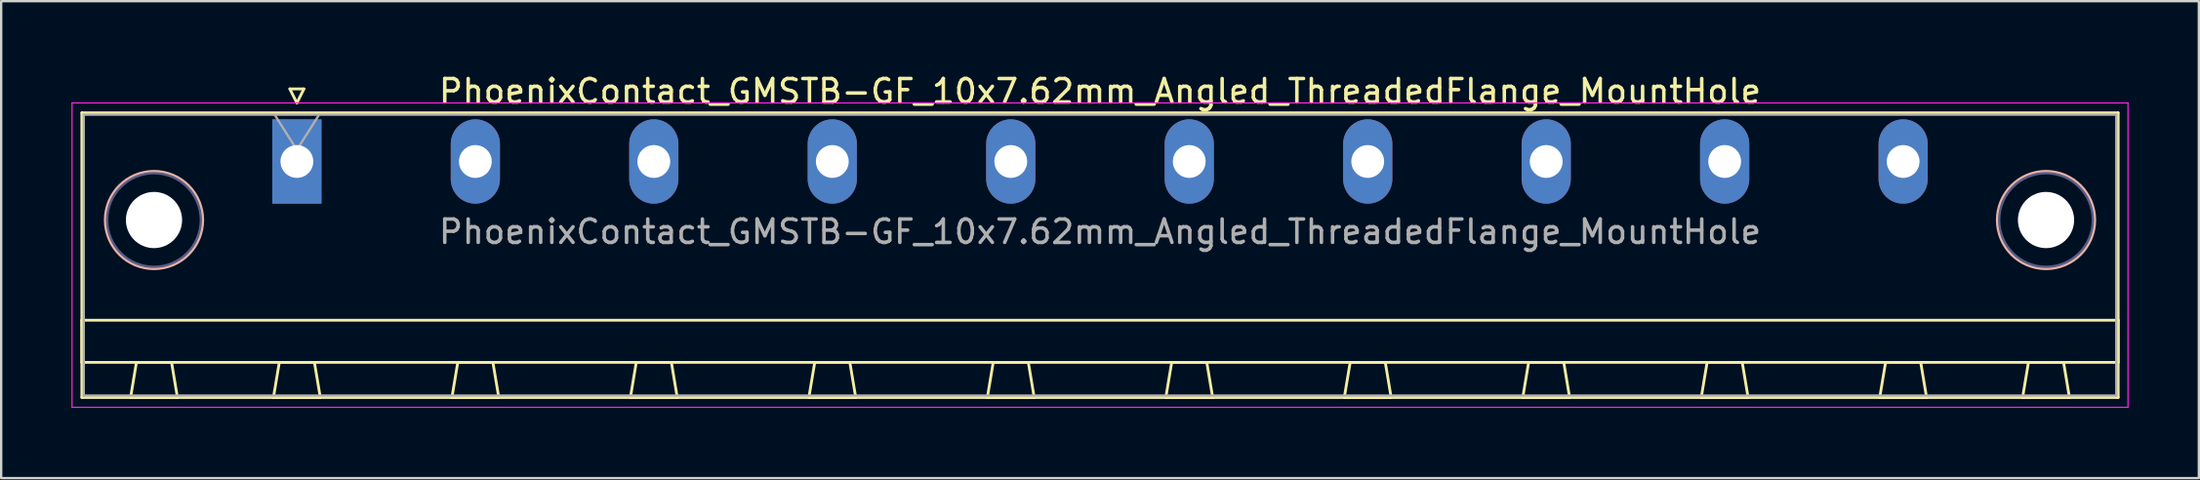
<source format=kicad_pcb>
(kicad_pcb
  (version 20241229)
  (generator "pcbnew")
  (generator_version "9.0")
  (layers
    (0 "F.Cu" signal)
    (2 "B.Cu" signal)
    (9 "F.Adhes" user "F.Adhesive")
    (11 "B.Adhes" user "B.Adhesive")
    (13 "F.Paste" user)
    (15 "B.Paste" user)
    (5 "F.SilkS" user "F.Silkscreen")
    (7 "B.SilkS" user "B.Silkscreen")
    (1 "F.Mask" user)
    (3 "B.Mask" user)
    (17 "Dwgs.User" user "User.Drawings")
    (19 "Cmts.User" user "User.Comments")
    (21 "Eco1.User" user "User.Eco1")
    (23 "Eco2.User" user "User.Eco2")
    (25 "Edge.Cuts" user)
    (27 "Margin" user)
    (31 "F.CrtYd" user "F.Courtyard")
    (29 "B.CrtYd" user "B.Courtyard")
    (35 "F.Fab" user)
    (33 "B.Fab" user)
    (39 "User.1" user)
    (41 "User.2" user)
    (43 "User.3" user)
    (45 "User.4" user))
  (footprint "PhoenixContact_GMSTB-GF_10x7.62mm_Angled_ThreadedFlange_MountHole"
    (layer "F.Cu")
    (at 9.625 3.848)
    (property "Reference" "PhoenixContact_GMSTB-GF_10x7.62mm_Angled_ThreadedFlange_MountHole" (at 34.29 -3 0) (layer "F.SilkS") (effects (font (size 1 1) (thickness 0.15))))
    (attr through_hole)
    (fp_line (start -9.18 -2.08) (end -9.18 10.08) (stroke (width 0.12) (type solid)) (layer "F.SilkS"))
    (fp_line (start -9.18 6.78) (end 77.76 6.78) (stroke (width 0.12) (type solid)) (layer "F.SilkS"))
    (fp_line (start -9.18 8.58) (end -9.18 6.78) (stroke (width 0.12) (type solid)) (layer "F.SilkS"))
    (fp_line (start -9.18 10.08) (end 77.76 10.08) (stroke (width 0.12) (type solid)) (layer "F.SilkS"))
    (fp_line (start -7.1 10.08) (end -5.1 10.08) (stroke (width 0.12) (type solid)) (layer "F.SilkS"))
    (fp_line (start -6.85 8.58) (end -7.1 10.08) (stroke (width 0.12) (type solid)) (layer "F.SilkS"))
    (fp_line (start -5.35 8.58) (end -6.85 8.58) (stroke (width 0.12) (type solid)) (layer "F.SilkS"))
    (fp_line (start -5.1 10.08) (end -5.35 8.58) (stroke (width 0.12) (type solid)) (layer "F.SilkS"))
    (fp_line (start -1 10.08) (end 1 10.08) (stroke (width 0.12) (type solid)) (layer "F.SilkS"))
    (fp_line (start -0.75 8.58) (end -1 10.08) (stroke (width 0.12) (type solid)) (layer "F.SilkS"))
    (fp_line (start -0.3 -3.1) (end 0.3 -3.1) (stroke (width 0.12) (type solid)) (layer "F.SilkS"))
    (fp_line (start 0 -2.5) (end -0.3 -3.1) (stroke (width 0.12) (type solid)) (layer "F.SilkS"))
    (fp_line (start 0.3 -3.1) (end 0 -2.5) (stroke (width 0.12) (type solid)) (layer "F.SilkS"))
    (fp_line (start 0.75 8.58) (end -0.75 8.58) (stroke (width 0.12) (type solid)) (layer "F.SilkS"))
    (fp_line (start 1 10.08) (end 0.75 8.58) (stroke (width 0.12) (type solid)) (layer "F.SilkS"))
    (fp_line (start 6.62 10.08) (end 8.62 10.08) (stroke (width 0.12) (type solid)) (layer "F.SilkS"))
    (fp_line (start 6.87 8.58) (end 6.62 10.08) (stroke (width 0.12) (type solid)) (layer "F.SilkS"))
    (fp_line (start 8.37 8.58) (end 6.87 8.58) (stroke (width 0.12) (type solid)) (layer "F.SilkS"))
    (fp_line (start 8.62 10.08) (end 8.37 8.58) (stroke (width 0.12) (type solid)) (layer "F.SilkS"))
    (fp_line (start 14.24 10.08) (end 16.24 10.08) (stroke (width 0.12) (type solid)) (layer "F.SilkS"))
    (fp_line (start 14.49 8.58) (end 14.24 10.08) (stroke (width 0.12) (type solid)) (layer "F.SilkS"))
    (fp_line (start 15.99 8.58) (end 14.49 8.58) (stroke (width 0.12) (type solid)) (layer "F.SilkS"))
    (fp_line (start 16.24 10.08) (end 15.99 8.58) (stroke (width 0.12) (type solid)) (layer "F.SilkS"))
    (fp_line (start 21.86 10.08) (end 23.86 10.08) (stroke (width 0.12) (type solid)) (layer "F.SilkS"))
    (fp_line (start 22.11 8.58) (end 21.86 10.08) (stroke (width 0.12) (type solid)) (layer "F.SilkS"))
    (fp_line (start 23.61 8.58) (end 22.11 8.58) (stroke (width 0.12) (type solid)) (layer "F.SilkS"))
    (fp_line (start 23.86 10.08) (end 23.61 8.58) (stroke (width 0.12) (type solid)) (layer "F.SilkS"))
    (fp_line (start 29.48 10.08) (end 31.48 10.08) (stroke (width 0.12) (type solid)) (layer "F.SilkS"))
    (fp_line (start 29.73 8.58) (end 29.48 10.08) (stroke (width 0.12) (type solid)) (layer "F.SilkS"))
    (fp_line (start 31.23 8.58) (end 29.73 8.58) (stroke (width 0.12) (type solid)) (layer "F.SilkS"))
    (fp_line (start 31.48 10.08) (end 31.23 8.58) (stroke (width 0.12) (type solid)) (layer "F.SilkS"))
    (fp_line (start 37.1 10.08) (end 39.1 10.08) (stroke (width 0.12) (type solid)) (layer "F.SilkS"))
    (fp_line (start 37.35 8.58) (end 37.1 10.08) (stroke (width 0.12) (type solid)) (layer "F.SilkS"))
    (fp_line (start 38.85 8.58) (end 37.35 8.58) (stroke (width 0.12) (type solid)) (layer "F.SilkS"))
    (fp_line (start 39.1 10.08) (end 38.85 8.58) (stroke (width 0.12) (type solid)) (layer "F.SilkS"))
    (fp_line (start 44.72 10.08) (end 46.72 10.08) (stroke (width 0.12) (type solid)) (layer "F.SilkS"))
    (fp_line (start 44.97 8.58) (end 44.72 10.08) (stroke (width 0.12) (type solid)) (layer "F.SilkS"))
    (fp_line (start 46.47 8.58) (end 44.97 8.58) (stroke (width 0.12) (type solid)) (layer "F.SilkS"))
    (fp_line (start 46.72 10.08) (end 46.47 8.58) (stroke (width 0.12) (type solid)) (layer "F.SilkS"))
    (fp_line (start 52.34 10.08) (end 54.34 10.08) (stroke (width 0.12) (type solid)) (layer "F.SilkS"))
    (fp_line (start 52.59 8.58) (end 52.34 10.08) (stroke (width 0.12) (type solid)) (layer "F.SilkS"))
    (fp_line (start 54.09 8.58) (end 52.59 8.58) (stroke (width 0.12) (type solid)) (layer "F.SilkS"))
    (fp_line (start 54.34 10.08) (end 54.09 8.58) (stroke (width 0.12) (type solid)) (layer "F.SilkS"))
    (fp_line (start 59.96 10.08) (end 61.96 10.08) (stroke (width 0.12) (type solid)) (layer "F.SilkS"))
    (fp_line (start 60.21 8.58) (end 59.96 10.08) (stroke (width 0.12) (type solid)) (layer "F.SilkS"))
    (fp_line (start 61.71 8.58) (end 60.21 8.58) (stroke (width 0.12) (type solid)) (layer "F.SilkS"))
    (fp_line (start 61.96 10.08) (end 61.71 8.58) (stroke (width 0.12) (type solid)) (layer "F.SilkS"))
    (fp_line (start 67.58 10.08) (end 69.58 10.08) (stroke (width 0.12) (type solid)) (layer "F.SilkS"))
    (fp_line (start 67.83 8.58) (end 67.58 10.08) (stroke (width 0.12) (type solid)) (layer "F.SilkS"))
    (fp_line (start 69.33 8.58) (end 67.83 8.58) (stroke (width 0.12) (type solid)) (layer "F.SilkS"))
    (fp_line (start 69.58 10.08) (end 69.33 8.58) (stroke (width 0.12) (type solid)) (layer "F.SilkS"))
    (fp_line (start 73.68 10.08) (end 75.68 10.08) (stroke (width 0.12) (type solid)) (layer "F.SilkS"))
    (fp_line (start 73.93 8.58) (end 73.68 10.08) (stroke (width 0.12) (type solid)) (layer "F.SilkS"))
    (fp_line (start 75.43 8.58) (end 73.93 8.58) (stroke (width 0.12) (type solid)) (layer "F.SilkS"))
    (fp_line (start 75.68 10.08) (end 75.43 8.58) (stroke (width 0.12) (type solid)) (layer "F.SilkS"))
    (fp_line (start 77.76 -2.08) (end -9.18 -2.08) (stroke (width 0.12) (type solid)) (layer "F.SilkS"))
    (fp_line (start 77.76 6.78) (end 77.76 8.58) (stroke (width 0.12) (type solid)) (layer "F.SilkS"))
    (fp_line (start 77.76 8.58) (end -9.18 8.58) (stroke (width 0.12) (type solid)) (layer "F.SilkS"))
    (fp_line (start 77.76 10.08) (end 77.76 -2.08) (stroke (width 0.12) (type solid)) (layer "F.SilkS"))
    (fp_circle (center -6.1 2.5) (end -4.02 2.5) (stroke (width 0.12) (type solid)) (fill no) (layer "B.SilkS"))
    (fp_circle (center 74.68 2.5) (end 76.76 2.5) (stroke (width 0.12) (type solid)) (fill no) (layer "B.SilkS"))
    (fp_line (start -9.6 -2.5) (end -9.6 10.5) (stroke (width 0.05) (type solid)) (layer "F.CrtYd"))
    (fp_line (start -9.6 10.5) (end 78.18 10.5) (stroke (width 0.05) (type solid)) (layer "F.CrtYd"))
    (fp_line (start 78.18 -2.5) (end -9.6 -2.5) (stroke (width 0.05) (type solid)) (layer "F.CrtYd"))
    (fp_line (start 78.18 10.5) (end 78.18 -2.5) (stroke (width 0.05) (type solid)) (layer "F.CrtYd"))
    (fp_circle (center -6.1 2.5) (end -4.1 2.5) (stroke (width 0.1) (type solid)) (fill no) (layer "B.Fab"))
    (fp_circle (center 74.68 2.5) (end 76.68 2.5) (stroke (width 0.1) (type solid)) (fill no) (layer "B.Fab"))
    (fp_line (start -9.1 -2) (end -9.1 10) (stroke (width 0.1) (type solid)) (layer "F.Fab"))
    (fp_line (start -9.1 10) (end 77.68 10) (stroke (width 0.1) (type solid)) (layer "F.Fab"))
    (fp_line (start 0 -0.5) (end -0.95 -2) (stroke (width 0.1) (type solid)) (layer "F.Fab"))
    (fp_line (start 0.95 -2) (end 0 -0.5) (stroke (width 0.1) (type solid)) (layer "F.Fab"))
    (fp_line (start 77.68 -2) (end -9.1 -2) (stroke (width 0.1) (type solid)) (layer "F.Fab"))
    (fp_line (start 77.68 10) (end 77.68 -2) (stroke (width 0.1) (type solid)) (layer "F.Fab"))
    (fp_text user "${REFERENCE}" (at 34.29 3 0) (layer "F.Fab") (effects (font (size 1 1) (thickness 0.15))))
    (pad "" np_thru_hole circle (at -6.1 2.5) (size 2.4 2.4) (drill 2.4) (layers "*.Cu" "*.Mask"))
    (pad "" np_thru_hole circle (at 74.68 2.5) (size 2.4 2.4) (drill 2.4) (layers "*.Cu" "*.Mask"))
    (pad "1" thru_hole rect (at 0 0) (size 2.1 3.6) (drill 1.4) (layers "*.Cu" "*.Mask"))
    (pad "2" thru_hole oval (at 7.62 0) (size 2.1 3.6) (drill 1.4) (layers "*.Cu" "*.Mask"))
    (pad "3" thru_hole oval (at 15.24 0) (size 2.1 3.6) (drill 1.4) (layers "*.Cu" "*.Mask"))
    (pad "4" thru_hole oval (at 22.86 0) (size 2.1 3.6) (drill 1.4) (layers "*.Cu" "*.Mask"))
    (pad "5" thru_hole oval (at 30.48 0) (size 2.1 3.6) (drill 1.4) (layers "*.Cu" "*.Mask"))
    (pad "6" thru_hole oval (at 38.1 0) (size 2.1 3.6) (drill 1.4) (layers "*.Cu" "*.Mask"))
    (pad "7" thru_hole oval (at 45.72 0) (size 2.1 3.6) (drill 1.4) (layers "*.Cu" "*.Mask"))
    (pad "8" thru_hole oval (at 53.34 0) (size 2.1 3.6) (drill 1.4) (layers "*.Cu" "*.Mask"))
    (pad "9" thru_hole oval (at 60.96 0) (size 2.1 3.6) (drill 1.4) (layers "*.Cu" "*.Mask"))
    (pad "10" thru_hole oval (at 68.58 0) (size 2.1 3.6) (drill 1.4) (layers "*.Cu" "*.Mask")))
  (gr_rect
    (start -3 -3)
    (end 90.83 17.373)
    (stroke (width 0.1) (type default))
    (fill no)
    (layer "Edge.Cuts")))
</source>
